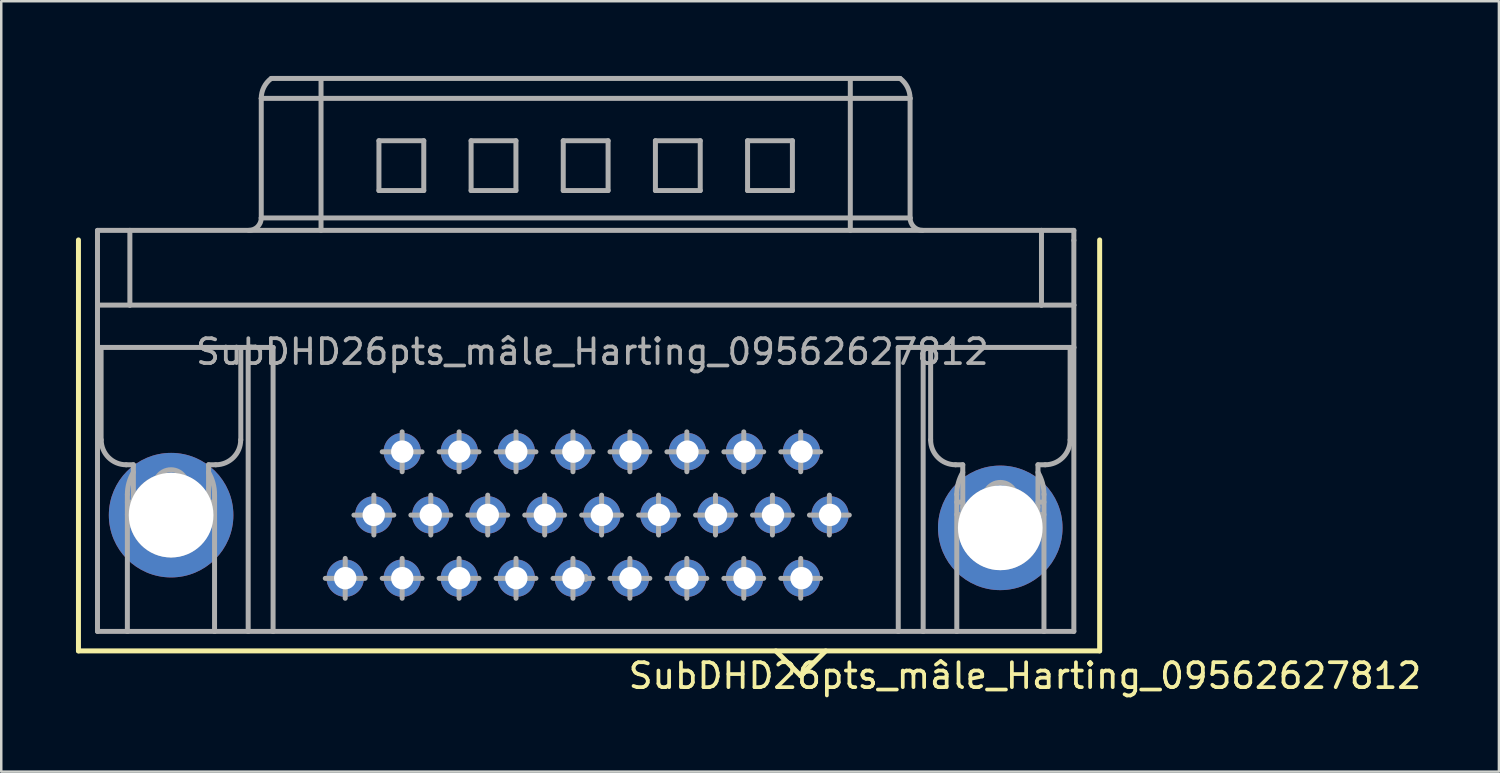
<source format=kicad_pcb>
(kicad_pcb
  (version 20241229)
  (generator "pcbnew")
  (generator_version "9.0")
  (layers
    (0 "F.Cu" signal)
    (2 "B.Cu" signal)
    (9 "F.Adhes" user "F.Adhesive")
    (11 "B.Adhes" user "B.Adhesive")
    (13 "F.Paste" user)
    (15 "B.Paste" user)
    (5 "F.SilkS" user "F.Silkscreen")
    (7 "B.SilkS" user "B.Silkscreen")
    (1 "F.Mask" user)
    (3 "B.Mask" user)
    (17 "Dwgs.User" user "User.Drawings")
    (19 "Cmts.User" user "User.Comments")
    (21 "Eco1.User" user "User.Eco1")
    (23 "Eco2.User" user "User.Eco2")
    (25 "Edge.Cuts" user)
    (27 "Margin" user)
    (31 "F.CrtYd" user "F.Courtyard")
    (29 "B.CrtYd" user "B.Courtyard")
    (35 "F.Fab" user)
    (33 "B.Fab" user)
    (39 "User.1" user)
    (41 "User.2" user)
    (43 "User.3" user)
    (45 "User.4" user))
  (footprint "SubDHD26pts_mâle_Harting_09562627812"
    (layer "F.Cu")
    (at 13.1 15.083)
    (property "Reference" "SubDHD26pts_mâle_Harting_09562627812" (at 25 9 0) (layer "F.SilkS") (effects (font (size 1 1) (thickness 0.15))))
    (attr through_hole)
    (fp_line (start -13 -8.5) (end -13 8) (stroke (width 0.2) (type solid)) (layer "F.SilkS"))
    (fp_line (start -13 8) (end 28 8) (stroke (width 0.2) (type solid)) (layer "F.SilkS"))
    (fp_line (start 15 8) (end 16 9) (stroke (width 0.2) (type solid)) (layer "F.SilkS"))
    (fp_line (start 16 9) (end 17 8) (stroke (width 0.2) (type solid)) (layer "F.SilkS"))
    (fp_line (start 28 8) (end 28 -8.5) (stroke (width 0.2) (type solid)) (layer "F.SilkS"))
    (fp_line (start -12.236 -8.883) (end -10.936 -8.883) (stroke (width 0.2) (type solid)) (layer "F.Fab"))
    (fp_line (start -12.236 -8.483) (end -12.236 -8.883) (stroke (width 0.2) (type solid)) (layer "F.Fab"))
    (fp_line (start -12.236 -5.883) (end -12.236 -8.483) (stroke (width 0.2) (type solid)) (layer "F.Fab"))
    (fp_line (start -12.236 -5.883) (end -10.936 -5.883) (stroke (width 0.2) (type solid)) (layer "F.Fab"))
    (fp_line (start -12.236 -4.183) (end -12.236 -5.883) (stroke (width 0.2) (type solid)) (layer "F.Fab"))
    (fp_line (start -12.236 -4.183) (end -5.182 -4.183) (stroke (width 0.2) (type solid)) (layer "F.Fab"))
    (fp_line (start -12.236 7.217) (end -12.236 -4.183) (stroke (width 0.2) (type solid)) (layer "F.Fab"))
    (fp_line (start -12.236 7.217) (end -11.036 7.217) (stroke (width 0.2) (type solid)) (layer "F.Fab"))
    (fp_line (start -12.091 -4.183) (end -12.091 -0.473) (stroke (width 0.2) (type solid)) (layer "F.Fab"))
    (fp_line (start -11.086 0.527) (end -10.796 0.527) (stroke (width 0.2) (type solid)) (layer "F.Fab"))
    (fp_line (start -11.036 7.217) (end -11.036 1.717) (stroke (width 0.2) (type solid)) (layer "F.Fab"))
    (fp_line (start -11.036 7.217) (end -7.536 7.217) (stroke (width 0.2) (type solid)) (layer "F.Fab"))
    (fp_line (start -11.036 2.027) (end -10.796 2.027) (stroke (width 0.2) (type solid)) (layer "F.Fab"))
    (fp_line (start -11.036 2.527) (end -10.886 2.527) (stroke (width 0.2) (type solid)) (layer "F.Fab"))
    (fp_line (start -10.936 -8.883) (end 25.664 -8.883) (stroke (width 0.2) (type solid)) (layer "F.Fab"))
    (fp_line (start -10.936 -5.883) (end -10.936 -8.883) (stroke (width 0.2) (type solid)) (layer "F.Fab"))
    (fp_line (start -10.936 -5.883) (end 25.664 -5.883) (stroke (width 0.2) (type solid)) (layer "F.Fab"))
    (fp_line (start -10.796 2.027) (end -10.796 0.527) (stroke (width 0.2) (type solid)) (layer "F.Fab"))
    (fp_line (start -9.286 0.947) (end -9.286 4.147) (stroke (width 0.2) (type solid)) (layer "F.Fab"))
    (fp_line (start -9.286 2.527) (end -10.886 2.527) (stroke (width 0.2) (type solid)) (layer "F.Fab"))
    (fp_line (start -9.286 2.527) (end -7.686 2.527) (stroke (width 0.2) (type solid)) (layer "F.Fab"))
    (fp_line (start -7.776 0.527) (end -7.486 0.527) (stroke (width 0.2) (type solid)) (layer "F.Fab"))
    (fp_line (start -7.776 2.027) (end -7.776 0.527) (stroke (width 0.2) (type solid)) (layer "F.Fab"))
    (fp_line (start -7.776 2.027) (end -7.536 2.027) (stroke (width 0.2) (type solid)) (layer "F.Fab"))
    (fp_line (start -7.686 2.527) (end -7.536 2.527) (stroke (width 0.2) (type solid)) (layer "F.Fab"))
    (fp_line (start -7.536 7.217) (end -7.536 1.717) (stroke (width 0.2) (type solid)) (layer "F.Fab"))
    (fp_line (start -7.536 7.217) (end -6.186 7.217) (stroke (width 0.2) (type solid)) (layer "F.Fab"))
    (fp_line (start -6.482 -0.473) (end -6.482 -4.183) (stroke (width 0.2) (type solid)) (layer "F.Fab"))
    (fp_line (start -6.186 -4.183) (end -6.186 7.217) (stroke (width 0.2) (type solid)) (layer "F.Fab"))
    (fp_line (start -6.186 7.217) (end -5.186 7.217) (stroke (width 0.2) (type solid)) (layer "F.Fab"))
    (fp_line (start -5.661 -14.183) (end -5.661 -9.383) (stroke (width 0.2) (type solid)) (layer "F.Fab"))
    (fp_line (start -5.661 -14.183) (end -3.261 -14.183) (stroke (width 0.2) (type solid)) (layer "F.Fab"))
    (fp_line (start -5.661 -9.383) (end -3.261 -9.383) (stroke (width 0.2) (type solid)) (layer "F.Fab"))
    (fp_line (start -5.186 -4.183) (end -5.186 7.217) (stroke (width 0.2) (type solid)) (layer "F.Fab"))
    (fp_line (start -5.186 7.217) (end 19.914 7.217) (stroke (width 0.2) (type solid)) (layer "F.Fab"))
    (fp_line (start -3.261 -14.983) (end -5.261 -14.983) (stroke (width 0.2) (type solid)) (layer "F.Fab"))
    (fp_line (start -3.261 -14.183) (end -3.261 -14.983) (stroke (width 0.2) (type solid)) (layer "F.Fab"))
    (fp_line (start -3.261 -14.183) (end 17.989 -14.183) (stroke (width 0.2) (type solid)) (layer "F.Fab"))
    (fp_line (start -3.261 -9.383) (end -3.261 -14.183) (stroke (width 0.2) (type solid)) (layer "F.Fab"))
    (fp_line (start -3.261 -9.383) (end 17.989 -9.383) (stroke (width 0.2) (type solid)) (layer "F.Fab"))
    (fp_line (start -3.261 -8.883) (end -3.261 -9.383) (stroke (width 0.2) (type solid)) (layer "F.Fab"))
    (fp_line (start -3.09 5.087) (end -1.49 5.087) (stroke (width 0.2) (type solid)) (layer "F.Fab"))
    (fp_line (start -2.29 4.287) (end -2.29 5.887) (stroke (width 0.2) (type solid)) (layer "F.Fab"))
    (fp_line (start -1.94 2.547) (end -0.34 2.547) (stroke (width 0.2) (type solid)) (layer "F.Fab"))
    (fp_line (start -1.14 1.747) (end -1.14 3.347) (stroke (width 0.2) (type solid)) (layer "F.Fab"))
    (fp_line (start -0.936 -12.483) (end 0.864 -12.483) (stroke (width 0.2) (type solid)) (layer "F.Fab"))
    (fp_line (start -0.936 -10.483) (end -0.936 -12.483) (stroke (width 0.2) (type solid)) (layer "F.Fab"))
    (fp_line (start -0.804 0.007) (end 0.796 0.007) (stroke (width 0.2) (type solid)) (layer "F.Fab"))
    (fp_line (start -0.804 5.087) (end 0.796 5.087) (stroke (width 0.2) (type solid)) (layer "F.Fab"))
    (fp_line (start -0.004 -0.793) (end -0.004 0.807) (stroke (width 0.2) (type solid)) (layer "F.Fab"))
    (fp_line (start -0.004 4.287) (end -0.004 5.887) (stroke (width 0.2) (type solid)) (layer "F.Fab"))
    (fp_line (start 0.346 2.547) (end 1.946 2.547) (stroke (width 0.2) (type solid)) (layer "F.Fab"))
    (fp_line (start 0.864 -12.483) (end 0.864 -10.483) (stroke (width 0.2) (type solid)) (layer "F.Fab"))
    (fp_line (start 0.864 -10.483) (end -0.936 -10.483) (stroke (width 0.2) (type solid)) (layer "F.Fab"))
    (fp_line (start 1.146 1.747) (end 1.146 3.347) (stroke (width 0.2) (type solid)) (layer "F.Fab"))
    (fp_line (start 1.482 0.007) (end 3.082 0.007) (stroke (width 0.2) (type solid)) (layer "F.Fab"))
    (fp_line (start 1.482 5.087) (end 3.082 5.087) (stroke (width 0.2) (type solid)) (layer "F.Fab"))
    (fp_line (start 2.282 -0.793) (end 2.282 0.807) (stroke (width 0.2) (type solid)) (layer "F.Fab"))
    (fp_line (start 2.282 4.287) (end 2.282 5.887) (stroke (width 0.2) (type solid)) (layer "F.Fab"))
    (fp_line (start 2.632 2.547) (end 4.232 2.547) (stroke (width 0.2) (type solid)) (layer "F.Fab"))
    (fp_line (start 2.764 -12.483) (end 4.564 -12.483) (stroke (width 0.2) (type solid)) (layer "F.Fab"))
    (fp_line (start 2.764 -10.483) (end 2.764 -12.483) (stroke (width 0.2) (type solid)) (layer "F.Fab"))
    (fp_line (start 3.432 1.747) (end 3.432 3.347) (stroke (width 0.2) (type solid)) (layer "F.Fab"))
    (fp_line (start 3.768 0.007) (end 5.368 0.007) (stroke (width 0.2) (type solid)) (layer "F.Fab"))
    (fp_line (start 3.768 5.087) (end 5.368 5.087) (stroke (width 0.2) (type solid)) (layer "F.Fab"))
    (fp_line (start 4.564 -12.483) (end 4.564 -10.483) (stroke (width 0.2) (type solid)) (layer "F.Fab"))
    (fp_line (start 4.564 -10.483) (end 2.764 -10.483) (stroke (width 0.2) (type solid)) (layer "F.Fab"))
    (fp_line (start 4.568 -0.793) (end 4.568 0.807) (stroke (width 0.2) (type solid)) (layer "F.Fab"))
    (fp_line (start 4.568 4.287) (end 4.568 5.887) (stroke (width 0.2) (type solid)) (layer "F.Fab"))
    (fp_line (start 4.918 2.547) (end 6.518 2.547) (stroke (width 0.2) (type solid)) (layer "F.Fab"))
    (fp_line (start 5.718 1.747) (end 5.718 3.347) (stroke (width 0.2) (type solid)) (layer "F.Fab"))
    (fp_line (start 6.054 0.007) (end 7.654 0.007) (stroke (width 0.2) (type solid)) (layer "F.Fab"))
    (fp_line (start 6.054 5.087) (end 7.654 5.087) (stroke (width 0.2) (type solid)) (layer "F.Fab"))
    (fp_line (start 6.464 -12.483) (end 8.264 -12.483) (stroke (width 0.2) (type solid)) (layer "F.Fab"))
    (fp_line (start 6.464 -10.483) (end 6.464 -12.483) (stroke (width 0.2) (type solid)) (layer "F.Fab"))
    (fp_line (start 6.854 -0.793) (end 6.854 0.807) (stroke (width 0.2) (type solid)) (layer "F.Fab"))
    (fp_line (start 6.854 4.287) (end 6.854 5.887) (stroke (width 0.2) (type solid)) (layer "F.Fab"))
    (fp_line (start 7.204 2.547) (end 8.804 2.547) (stroke (width 0.2) (type solid)) (layer "F.Fab"))
    (fp_line (start 7.364 5.011) (end 7.364 5.133) (stroke (width 0.2) (type solid)) (layer "F.Fab"))
    (fp_line (start 8.004 1.747) (end 8.004 3.347) (stroke (width 0.2) (type solid)) (layer "F.Fab"))
    (fp_line (start 8.264 -12.483) (end 8.264 -10.483) (stroke (width 0.2) (type solid)) (layer "F.Fab"))
    (fp_line (start 8.264 -10.483) (end 6.464 -10.483) (stroke (width 0.2) (type solid)) (layer "F.Fab"))
    (fp_line (start 8.34 0.007) (end 9.94 0.007) (stroke (width 0.2) (type solid)) (layer "F.Fab"))
    (fp_line (start 8.34 5.087) (end 9.94 5.087) (stroke (width 0.2) (type solid)) (layer "F.Fab"))
    (fp_line (start 9.14 -0.793) (end 9.14 0.807) (stroke (width 0.2) (type solid)) (layer "F.Fab"))
    (fp_line (start 9.14 4.287) (end 9.14 5.887) (stroke (width 0.2) (type solid)) (layer "F.Fab"))
    (fp_line (start 9.49 2.547) (end 11.09 2.547) (stroke (width 0.2) (type solid)) (layer "F.Fab"))
    (fp_line (start 10.164 -12.483) (end 11.964 -12.483) (stroke (width 0.2) (type solid)) (layer "F.Fab"))
    (fp_line (start 10.164 -10.483) (end 10.164 -12.483) (stroke (width 0.2) (type solid)) (layer "F.Fab"))
    (fp_line (start 10.29 1.747) (end 10.29 3.347) (stroke (width 0.2) (type solid)) (layer "F.Fab"))
    (fp_line (start 10.626 0.007) (end 12.226 0.007) (stroke (width 0.2) (type solid)) (layer "F.Fab"))
    (fp_line (start 10.626 5.087) (end 12.226 5.087) (stroke (width 0.2) (type solid)) (layer "F.Fab"))
    (fp_line (start 11.426 -0.793) (end 11.426 0.807) (stroke (width 0.2) (type solid)) (layer "F.Fab"))
    (fp_line (start 11.426 4.287) (end 11.426 5.887) (stroke (width 0.2) (type solid)) (layer "F.Fab"))
    (fp_line (start 11.776 2.547) (end 13.376 2.547) (stroke (width 0.2) (type solid)) (layer "F.Fab"))
    (fp_line (start 11.964 -12.483) (end 11.964 -10.483) (stroke (width 0.2) (type solid)) (layer "F.Fab"))
    (fp_line (start 11.964 -10.483) (end 10.164 -10.483) (stroke (width 0.2) (type solid)) (layer "F.Fab"))
    (fp_line (start 12.576 1.747) (end 12.576 3.347) (stroke (width 0.2) (type solid)) (layer "F.Fab"))
    (fp_line (start 12.912 0.007) (end 14.512 0.007) (stroke (width 0.2) (type solid)) (layer "F.Fab"))
    (fp_line (start 12.912 5.087) (end 14.512 5.087) (stroke (width 0.2) (type solid)) (layer "F.Fab"))
    (fp_line (start 13.712 -0.793) (end 13.712 0.807) (stroke (width 0.2) (type solid)) (layer "F.Fab"))
    (fp_line (start 13.712 4.287) (end 13.712 5.887) (stroke (width 0.2) (type solid)) (layer "F.Fab"))
    (fp_line (start 13.864 -12.483) (end 15.664 -12.483) (stroke (width 0.2) (type solid)) (layer "F.Fab"))
    (fp_line (start 13.864 -10.483) (end 13.864 -12.483) (stroke (width 0.2) (type solid)) (layer "F.Fab"))
    (fp_line (start 14.062 2.547) (end 15.662 2.547) (stroke (width 0.2) (type solid)) (layer "F.Fab"))
    (fp_line (start 14.862 1.747) (end 14.862 3.347) (stroke (width 0.2) (type solid)) (layer "F.Fab"))
    (fp_line (start 15.198 0.007) (end 16.798 0.007) (stroke (width 0.2) (type solid)) (layer "F.Fab"))
    (fp_line (start 15.198 5.087) (end 16.798 5.087) (stroke (width 0.2) (type solid)) (layer "F.Fab"))
    (fp_line (start 15.664 -12.483) (end 15.664 -10.483) (stroke (width 0.2) (type solid)) (layer "F.Fab"))
    (fp_line (start 15.664 -10.483) (end 13.864 -10.483) (stroke (width 0.2) (type solid)) (layer "F.Fab"))
    (fp_line (start 15.998 -0.793) (end 15.998 0.807) (stroke (width 0.2) (type solid)) (layer "F.Fab"))
    (fp_line (start 15.998 4.287) (end 15.998 5.887) (stroke (width 0.2) (type solid)) (layer "F.Fab"))
    (fp_line (start 16.348 2.547) (end 17.948 2.547) (stroke (width 0.2) (type solid)) (layer "F.Fab"))
    (fp_line (start 17.148 1.747) (end 17.148 3.347) (stroke (width 0.2) (type solid)) (layer "F.Fab"))
    (fp_line (start 17.989 -14.983) (end -3.261 -14.983) (stroke (width 0.2) (type solid)) (layer "F.Fab"))
    (fp_line (start 17.989 -14.183) (end 17.989 -14.983) (stroke (width 0.2) (type solid)) (layer "F.Fab"))
    (fp_line (start 17.989 -14.183) (end 20.389 -14.183) (stroke (width 0.2) (type solid)) (layer "F.Fab"))
    (fp_line (start 17.989 -9.383) (end 17.989 -14.183) (stroke (width 0.2) (type solid)) (layer "F.Fab"))
    (fp_line (start 17.989 -9.383) (end 20.389 -9.383) (stroke (width 0.2) (type solid)) (layer "F.Fab"))
    (fp_line (start 17.989 -8.883) (end 17.989 -9.383) (stroke (width 0.2) (type solid)) (layer "F.Fab"))
    (fp_line (start 19.914 -4.183) (end 26.964 -4.183) (stroke (width 0.2) (type solid)) (layer "F.Fab"))
    (fp_line (start 19.914 7.217) (end 19.914 -4.183) (stroke (width 0.2) (type solid)) (layer "F.Fab"))
    (fp_line (start 19.914 7.217) (end 20.914 7.217) (stroke (width 0.2) (type solid)) (layer "F.Fab"))
    (fp_line (start 19.989 -14.983) (end 17.989 -14.983) (stroke (width 0.2) (type solid)) (layer "F.Fab"))
    (fp_line (start 20.389 -9.383) (end 20.389 -14.183) (stroke (width 0.2) (type solid)) (layer "F.Fab"))
    (fp_line (start 20.914 7.217) (end 20.914 -4.183) (stroke (width 0.2) (type solid)) (layer "F.Fab"))
    (fp_line (start 20.914 7.217) (end 22.264 7.217) (stroke (width 0.2) (type solid)) (layer "F.Fab"))
    (fp_line (start 21.214 -0.473) (end 21.214 -4.183) (stroke (width 0.2) (type solid)) (layer "F.Fab"))
    (fp_line (start 22.214 0.527) (end 22.504 0.527) (stroke (width 0.2) (type solid)) (layer "F.Fab"))
    (fp_line (start 22.264 2.027) (end 22.504 2.027) (stroke (width 0.2) (type solid)) (layer "F.Fab"))
    (fp_line (start 22.264 2.527) (end 22.504 2.527) (stroke (width 0.2) (type solid)) (layer "F.Fab"))
    (fp_line (start 22.264 7.217) (end 22.264 1.717) (stroke (width 0.2) (type solid)) (layer "F.Fab"))
    (fp_line (start 22.264 7.217) (end 25.764 7.217) (stroke (width 0.2) (type solid)) (layer "F.Fab"))
    (fp_line (start 22.504 2.227) (end 22.504 0.527) (stroke (width 0.2) (type solid)) (layer "F.Fab"))
    (fp_line (start 22.504 2.527) (end 22.504 2.227) (stroke (width 0.2) (type solid)) (layer "F.Fab"))
    (fp_line (start 24.014 1.456) (end 24.014 4.656) (stroke (width 0.2) (type solid)) (layer "F.Fab"))
    (fp_line (start 24.014 3.036) (end 22.414 3.036) (stroke (width 0.2) (type solid)) (layer "F.Fab"))
    (fp_line (start 24.014 3.036) (end 25.614 3.036) (stroke (width 0.2) (type solid)) (layer "F.Fab"))
    (fp_line (start 25.524 0.527) (end 25.814 0.527) (stroke (width 0.2) (type solid)) (layer "F.Fab"))
    (fp_line (start 25.524 2.027) (end 25.764 2.027) (stroke (width 0.2) (type solid)) (layer "F.Fab"))
    (fp_line (start 25.524 2.227) (end 25.524 0.527) (stroke (width 0.2) (type solid)) (layer "F.Fab"))
    (fp_line (start 25.524 2.527) (end 25.524 2.227) (stroke (width 0.2) (type solid)) (layer "F.Fab"))
    (fp_line (start 25.524 2.527) (end 25.764 2.527) (stroke (width 0.2) (type solid)) (layer "F.Fab"))
    (fp_line (start 25.664 -8.883) (end 26.964 -8.883) (stroke (width 0.2) (type solid)) (layer "F.Fab"))
    (fp_line (start 25.664 -5.883) (end 25.664 -8.883) (stroke (width 0.2) (type solid)) (layer "F.Fab"))
    (fp_line (start 25.664 -5.883) (end 26.964 -5.883) (stroke (width 0.2) (type solid)) (layer "F.Fab"))
    (fp_line (start 25.764 1.717) (end 25.764 7.217) (stroke (width 0.2) (type solid)) (layer "F.Fab"))
    (fp_line (start 25.764 7.217) (end 26.964 7.217) (stroke (width 0.2) (type solid)) (layer "F.Fab"))
    (fp_line (start 26.814 -0.473) (end 26.814 -4.183) (stroke (width 0.2) (type solid)) (layer "F.Fab"))
    (fp_line (start 26.964 -8.483) (end 26.964 -8.883) (stroke (width 0.2) (type solid)) (layer "F.Fab"))
    (fp_line (start 26.964 -5.883) (end 26.964 -8.483) (stroke (width 0.2) (type solid)) (layer "F.Fab"))
    (fp_line (start 26.964 -4.183) (end 26.964 -5.883) (stroke (width 0.2) (type solid)) (layer "F.Fab"))
    (fp_line (start 26.964 7.217) (end 26.964 -4.183) (stroke (width 0.2) (type solid)) (layer "F.Fab"))
    (fp_arc (start -11.086167 0.526986) (mid -11.793274 0.234093) (end -12.086167 -0.473014) (stroke (width 0.2) (type solid)) (layer "F.Fab"))
    (fp_arc (start -11.036164 1.716986) (mid -10.975099 1.258728) (end -10.796164 0.832452) (stroke (width 0.2) (type solid)) (layer "F.Fab"))
    (fp_arc (start -9.847063 1.048515) (mid -9.286157 0.726985) (end -8.725258 1.048526) (stroke (width 0.2) (type solid)) (layer "F.Fab"))
    (fp_arc (start -7.776164 0.832451) (mid -7.597229 1.258727) (end -7.536164 1.716985) (stroke (width 0.2) (type solid)) (layer "F.Fab"))
    (fp_arc (start -6.486165 -0.473014) (mid -6.779058 0.234093) (end -7.486165 0.526986) (stroke (width 0.2) (type solid)) (layer "F.Fab"))
    (fp_arc (start -5.661168 -9.383017) (mid -5.807615 -9.029464) (end -6.161168 -8.883017) (stroke (width 0.2) (type solid)) (layer "F.Fab"))
    (fp_arc (start -5.661164 -14.183013) (mid -5.555591 -14.630227) (end -5.261164 -14.983013) (stroke (width 0.2) (type solid)) (layer "F.Fab"))
    (fp_arc (start 19.988835 -14.983013) (mid 20.283262 -14.630227) (end 20.388835 -14.183013) (stroke (width 0.2) (type solid)) (layer "F.Fab"))
    (fp_arc (start 20.888835 -8.883017) (mid 20.535282 -9.029464) (end 20.388835 -9.383017) (stroke (width 0.2) (type solid)) (layer "F.Fab"))
    (fp_arc (start 22.213834 0.526986) (mid 21.506727 0.234093) (end 21.213834 -0.473014) (stroke (width 0.2) (type solid)) (layer "F.Fab"))
    (fp_arc (start 22.263835 1.716986) (mid 22.3249 1.258728) (end 22.503835 0.832452) (stroke (width 0.2) (type solid)) (layer "F.Fab"))
    (fp_arc (start 23.452938 1.557598) (mid 24.013844 1.236068) (end 24.574743 1.557611) (stroke (width 0.2) (type solid)) (layer "F.Fab"))
    (fp_arc (start 25.523835 0.832451) (mid 25.70277 1.258727) (end 25.763835 1.716985) (stroke (width 0.2) (type solid)) (layer "F.Fab"))
    (fp_arc (start 26.813835 -0.473014) (mid 26.520942 0.234093) (end 25.813835 0.526986) (stroke (width 0.2) (type solid)) (layer "F.Fab"))
    (fp_circle (center -9.286 2.547) (end -7.686 2.547) (stroke (width 0.2) (type solid)) (fill no) (layer "F.Fab"))
    (fp_circle (center 24.014 3.056) (end 25.614 3.056) (stroke (width 0.2) (type solid)) (fill no) (layer "F.Fab"))
    (fp_text user "${REFERENCE}" (at 7.63 -4.01 0) (layer "F.Fab") (effects (font (size 1 1) (thickness 0.15))))
    (pad "0" thru_hole circle (at -9.28 2.55) (size 5 5) (drill 3.4) (layers "*.Cu" "*.Mask"))
    (pad "0" thru_hole circle (at 24.01 3.06) (size 5 5) (drill 3.4) (layers "*.Cu" "*.Mask"))
    (pad "1" thru_hole circle (at 16.03 5.08) (size 1.5 1.5) (drill 0.9) (layers "*.Cu" "*.Mask"))
    (pad "2" thru_hole circle (at 13.74 5.08) (size 1.5 1.5) (drill 0.9) (layers "*.Cu" "*.Mask"))
    (pad "3" thru_hole circle (at 11.45 5.08) (size 1.5 1.5) (drill 0.9) (layers "*.Cu" "*.Mask"))
    (pad "4" thru_hole circle (at 9.16 5.08) (size 1.5 1.5) (drill 0.9) (layers "*.Cu" "*.Mask"))
    (pad "5" thru_hole circle (at 6.87 5.08) (size 1.5 1.5) (drill 0.9) (layers "*.Cu" "*.Mask"))
    (pad "6" thru_hole circle (at 4.58 5.08) (size 1.5 1.5) (drill 0.9) (layers "*.Cu" "*.Mask"))
    (pad "7" thru_hole circle (at 2.29 5.08) (size 1.5 1.5) (drill 0.9) (layers "*.Cu" "*.Mask"))
    (pad "8" thru_hole circle (at 0 5.08) (size 1.5 1.5) (drill 0.9) (layers "*.Cu" "*.Mask"))
    (pad "9" thru_hole circle (at -2.29 5.08) (size 1.5 1.5) (drill 0.9) (layers "*.Cu" "*.Mask"))
    (pad "10" thru_hole circle (at 17.175 2.54) (size 1.5 1.5) (drill 0.9) (layers "*.Cu" "*.Mask"))
    (pad "11" thru_hole circle (at 14.885 2.54) (size 1.5 1.5) (drill 0.9) (layers "*.Cu" "*.Mask"))
    (pad "12" thru_hole circle (at 12.595 2.54) (size 1.5 1.5) (drill 0.9) (layers "*.Cu" "*.Mask"))
    (pad "13" thru_hole circle (at 10.305 2.54) (size 1.5 1.5) (drill 0.9) (layers "*.Cu" "*.Mask"))
    (pad "14" thru_hole circle (at 8.015 2.54) (size 1.5 1.5) (drill 0.9) (layers "*.Cu" "*.Mask"))
    (pad "15" thru_hole circle (at 5.725 2.54) (size 1.5 1.5) (drill 0.9) (layers "*.Cu" "*.Mask"))
    (pad "16" thru_hole circle (at 3.435 2.54) (size 1.5 1.5) (drill 0.9) (layers "*.Cu" "*.Mask"))
    (pad "17" thru_hole circle (at 1.145 2.54) (size 1.5 1.5) (drill 0.9) (layers "*.Cu" "*.Mask"))
    (pad "18" thru_hole circle (at -1.145 2.54) (size 1.5 1.5) (drill 0.9) (layers "*.Cu" "*.Mask"))
    (pad "19" thru_hole circle (at 16.03 0) (size 1.5 1.5) (drill 0.9) (layers "*.Cu" "*.Mask"))
    (pad "20" thru_hole circle (at 13.74 0) (size 1.5 1.5) (drill 0.9) (layers "*.Cu" "*.Mask"))
    (pad "21" thru_hole circle (at 11.45 0) (size 1.5 1.5) (drill 0.9) (layers "*.Cu" "*.Mask"))
    (pad "22" thru_hole circle (at 9.16 0) (size 1.5 1.5) (drill 0.9) (layers "*.Cu" "*.Mask"))
    (pad "23" thru_hole circle (at 6.87 0) (size 1.5 1.5) (drill 0.9) (layers "*.Cu" "*.Mask"))
    (pad "24" thru_hole circle (at 4.58 0) (size 1.5 1.5) (drill 0.9) (layers "*.Cu" "*.Mask"))
    (pad "25" thru_hole circle (at 2.29 0) (size 1.5 1.5) (drill 0.9) (layers "*.Cu" "*.Mask"))
    (pad "26" thru_hole circle (at 0 0) (size 1.5 1.5) (drill 0.9) (layers "*.Cu" "*.Mask")))
  (gr_rect
    (start -3 -3)
    (end 57.13 27.931)
    (stroke (width 0.1) (type default))
    (fill no)
    (layer "Edge.Cuts")))
</source>
